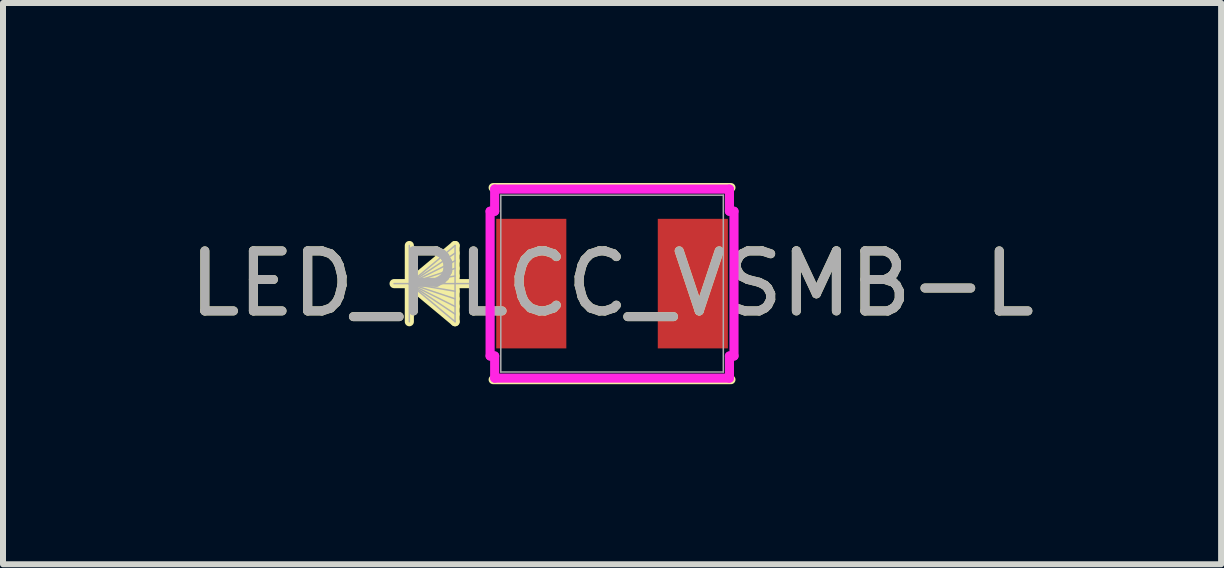
<source format=kicad_pcb>
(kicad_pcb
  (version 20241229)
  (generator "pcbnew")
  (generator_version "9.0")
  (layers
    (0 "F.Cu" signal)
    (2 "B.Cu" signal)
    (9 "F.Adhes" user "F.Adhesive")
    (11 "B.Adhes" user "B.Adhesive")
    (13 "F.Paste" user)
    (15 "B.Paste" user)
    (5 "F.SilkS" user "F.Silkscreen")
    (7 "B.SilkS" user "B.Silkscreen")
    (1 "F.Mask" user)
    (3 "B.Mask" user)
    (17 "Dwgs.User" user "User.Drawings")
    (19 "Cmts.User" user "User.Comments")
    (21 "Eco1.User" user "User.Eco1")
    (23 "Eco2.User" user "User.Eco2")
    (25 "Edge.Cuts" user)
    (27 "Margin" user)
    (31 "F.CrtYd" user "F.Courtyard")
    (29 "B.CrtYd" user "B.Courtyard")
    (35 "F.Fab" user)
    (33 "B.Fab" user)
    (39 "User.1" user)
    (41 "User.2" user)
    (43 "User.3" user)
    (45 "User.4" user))
  (footprint "LED_PLCC_VSMB-L"
    (layer "F.Cu")
    (at 7.149 1.676)
    (property "Reference" "LED_PLCC_VSMB-L" (at 0 0 0) (unlocked yes) (layer "F.SilkS") (effects (font (size 1 1) (thickness 0.15))))
    (attr smd)
    (fp_line (start -3.378 -0.635) (end -3.378 0.635) (stroke (width 0.152) (type solid)) (layer "F.SilkS"))
    (fp_line (start -3.378 0) (end -2.616 -0.635) (stroke (width 0.152) (type solid)) (layer "F.SilkS"))
    (fp_line (start -3.378 0) (end -2.616 -0.508) (stroke (width 0.152) (type solid)) (layer "F.SilkS"))
    (fp_line (start -3.378 0) (end -2.616 -0.381) (stroke (width 0.152) (type solid)) (layer "F.SilkS"))
    (fp_line (start -3.378 0) (end -2.616 -0.254) (stroke (width 0.152) (type solid)) (layer "F.SilkS"))
    (fp_line (start -3.378 0) (end -2.616 -0.127) (stroke (width 0.152) (type solid)) (layer "F.SilkS"))
    (fp_line (start -3.378 0) (end -2.616 0.127) (stroke (width 0.152) (type solid)) (layer "F.SilkS"))
    (fp_line (start -3.378 0) (end -2.616 0.254) (stroke (width 0.152) (type solid)) (layer "F.SilkS"))
    (fp_line (start -3.378 0) (end -2.616 0.381) (stroke (width 0.152) (type solid)) (layer "F.SilkS"))
    (fp_line (start -3.378 0) (end -2.616 0.508) (stroke (width 0.152) (type solid)) (layer "F.SilkS"))
    (fp_line (start -3.378 0) (end -2.616 0.635) (stroke (width 0.152) (type solid)) (layer "F.SilkS"))
    (fp_line (start -2.616 -0.635) (end -2.616 0.635) (stroke (width 0.152) (type solid)) (layer "F.SilkS"))
    (fp_line (start -2.362 0) (end -3.632 0) (stroke (width 0.152) (type solid)) (layer "F.SilkS"))
    (fp_line (start -1.981 1.6) (end 1.981 1.6) (stroke (width 0.152) (type solid)) (layer "F.SilkS"))
    (fp_line (start 1.981 -1.6) (end -1.981 -1.6) (stroke (width 0.152) (type solid)) (layer "F.SilkS"))
    (fp_line (start -2.032 -1.206) (end -1.956 -1.206) (stroke (width 0.152) (type solid)) (layer "F.CrtYd"))
    (fp_line (start -2.032 1.206) (end -2.032 -1.206) (stroke (width 0.152) (type solid)) (layer "F.CrtYd"))
    (fp_line (start -1.956 -1.575) (end 1.956 -1.575) (stroke (width 0.152) (type solid)) (layer "F.CrtYd"))
    (fp_line (start -1.956 -1.206) (end -1.956 -1.575) (stroke (width 0.152) (type solid)) (layer "F.CrtYd"))
    (fp_line (start -1.956 1.206) (end -2.032 1.206) (stroke (width 0.152) (type solid)) (layer "F.CrtYd"))
    (fp_line (start -1.956 1.575) (end -1.956 1.206) (stroke (width 0.152) (type solid)) (layer "F.CrtYd"))
    (fp_line (start 1.956 -1.575) (end 1.956 -1.206) (stroke (width 0.152) (type solid)) (layer "F.CrtYd"))
    (fp_line (start 1.956 -1.206) (end 2.032 -1.206) (stroke (width 0.152) (type solid)) (layer "F.CrtYd"))
    (fp_line (start 1.956 1.206) (end 1.956 1.575) (stroke (width 0.152) (type solid)) (layer "F.CrtYd"))
    (fp_line (start 1.956 1.575) (end -1.956 1.575) (stroke (width 0.152) (type solid)) (layer "F.CrtYd"))
    (fp_line (start 2.032 -1.206) (end 2.032 1.206) (stroke (width 0.152) (type solid)) (layer "F.CrtYd"))
    (fp_line (start 2.032 1.206) (end 1.956 1.206) (stroke (width 0.152) (type solid)) (layer "F.CrtYd"))
    (fp_line (start -3.378 -0.635) (end -3.378 0.635) (stroke (width 0.025) (type solid)) (layer "F.Fab"))
    (fp_line (start -3.378 0) (end -2.616 -0.635) (stroke (width 0.025) (type solid)) (layer "F.Fab"))
    (fp_line (start -3.378 0) (end -2.616 -0.508) (stroke (width 0.025) (type solid)) (layer "F.Fab"))
    (fp_line (start -3.378 0) (end -2.616 -0.381) (stroke (width 0.025) (type solid)) (layer "F.Fab"))
    (fp_line (start -3.378 0) (end -2.616 -0.254) (stroke (width 0.025) (type solid)) (layer "F.Fab"))
    (fp_line (start -3.378 0) (end -2.616 -0.127) (stroke (width 0.025) (type solid)) (layer "F.Fab"))
    (fp_line (start -3.378 0) (end -2.616 0.127) (stroke (width 0.025) (type solid)) (layer "F.Fab"))
    (fp_line (start -3.378 0) (end -2.616 0.254) (stroke (width 0.025) (type solid)) (layer "F.Fab"))
    (fp_line (start -3.378 0) (end -2.616 0.381) (stroke (width 0.025) (type solid)) (layer "F.Fab"))
    (fp_line (start -3.378 0) (end -2.616 0.508) (stroke (width 0.025) (type solid)) (layer "F.Fab"))
    (fp_line (start -3.378 0) (end -2.616 0.635) (stroke (width 0.025) (type solid)) (layer "F.Fab"))
    (fp_line (start -2.616 -0.635) (end -2.616 0.635) (stroke (width 0.025) (type solid)) (layer "F.Fab"))
    (fp_line (start -2.362 0) (end -3.632 0) (stroke (width 0.025) (type solid)) (layer "F.Fab"))
    (fp_line (start -1.854 -1.473) (end -1.854 1.473) (stroke (width 0.025) (type solid)) (layer "F.Fab"))
    (fp_line (start -1.854 1.473) (end 1.854 1.473) (stroke (width 0.025) (type solid)) (layer "F.Fab"))
    (fp_line (start 1.854 -1.473) (end -1.854 -1.473) (stroke (width 0.025) (type solid)) (layer "F.Fab"))
    (fp_line (start 1.854 1.473) (end 1.854 -1.473) (stroke (width 0.025) (type solid)) (layer "F.Fab"))
    (fp_text user "${REFERENCE}" (at 0 0 0) (unlocked yes) (layer "F.Fab") (effects (font (size 1 1) (thickness 0.15))))
    (pad "1" smd rect (at -1.346 0 90) (size 2.159 1.168) (layers "F.Cu" "F.Mask" "F.Paste"))
    (pad "2" smd rect (at 1.346 0 90) (size 2.159 1.168) (layers "F.Cu" "F.Mask" "F.Paste"))
    (zone (net_name "") (layer "F.Cu") (hatch full 0.508) (connect_pads) (min_thickness 0.254) (filled_areas_thickness no) (keepout (tracks not_allowed) (vias not_allowed) (pads allowed) (copperpour not_allowed) (footprints allowed)) (placement (enabled no)) (fill) (polygon (pts (xy 5.345 0.254) (xy 8.952 0.254) (xy 8.952 0.521) (xy 5.345 0.521))))
    (zone (net_name "") (layer "F.Cu") (hatch full 0.508) (connect_pads) (min_thickness 0.254) (filled_areas_thickness no) (keepout (tracks not_allowed) (vias not_allowed) (pads allowed) (copperpour not_allowed) (footprints allowed)) (placement (enabled no)) (fill) (polygon (pts (xy 5.345 2.832) (xy 8.952 2.832) (xy 8.952 3.099) (xy 5.345 3.099))))
    (zone (net_name "") (layer "F.Cu") (hatch full 0.508) (connect_pads) (min_thickness 0.254) (filled_areas_thickness no) (keepout (tracks not_allowed) (vias not_allowed) (pads allowed) (copperpour not_allowed) (footprints allowed)) (placement (enabled no)) (fill) (polygon (pts (xy 6.438 0.521) (xy 7.86 0.521) (xy 7.86 2.832) (xy 6.438 2.832)))))
  (gr_rect
    (start -3 -3)
    (end 17.298 6.353)
    (stroke (width 0.1) (type default))
    (fill no)
    (layer "Edge.Cuts")))
</source>
